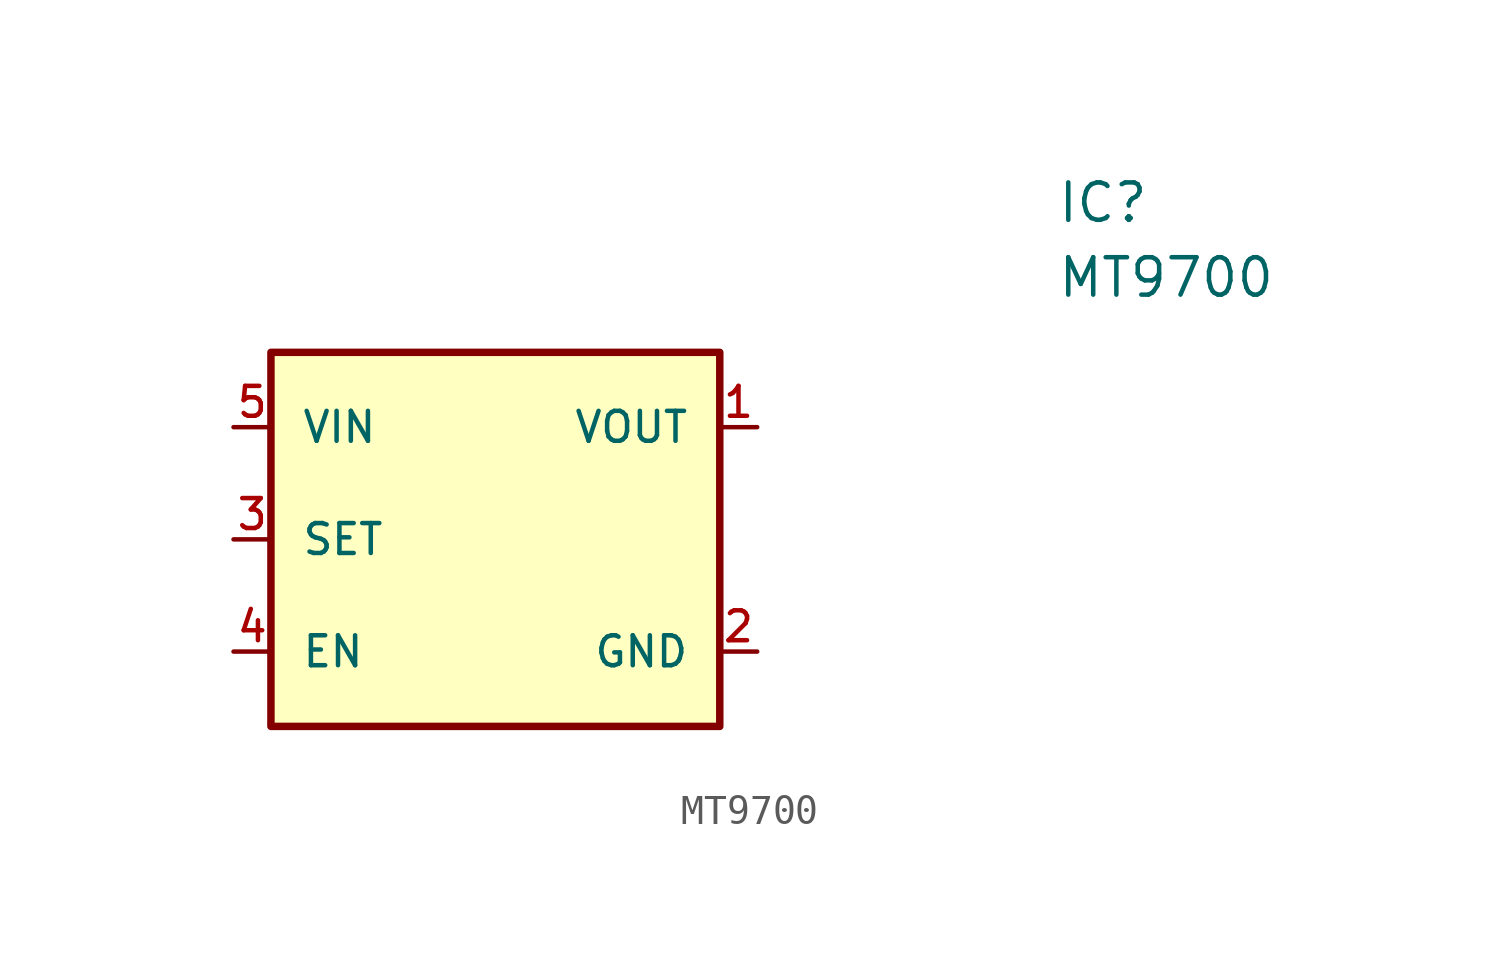
<source format=kicad_sym>
(kicad_symbol_lib
  (version 20231120)
  (generator "kicad_symbol_editor")
  (generator_version "8.0")
  (symbol "MT9700"
    (pin_names
      (offset 1.016))
    (property "Reference" "IC"
      (at 31.75 7.62 0)
      (effects (font (size 1.27 1.27)) (justify left)))
    (property "Value" "MT9700"
      (at 31.75 5.08 0)
      (effects (font (size 1.27 1.27)) (justify left)))
    (symbol "MT9700_0_0"
      (rectangle (start 5.08 2.54) (end 20.32 -10.16) (stroke (width 0.254) (type default)) (fill (type background))))
    (symbol "MT9700_1_0"
      (pin power_out line (at 21.59 0 180) (length 1.27) (name "VOUT" (effects (font (size 1.016 1.016)))) (number "1" (effects (font (size 1.016 1.016)))))
      (pin unspecified line (at 21.59 -7.62 180) (length 1.27) (name "GND" (effects (font (size 1.016 1.016)))) (number "2" (effects (font (size 1.016 1.016)))))
      (pin input line (at 3.81 -3.81 0) (length 1.27) (name "SET" (effects (font (size 1.016 1.016)))) (number "3" (effects (font (size 1.016 1.016)))))
      (pin input line (at 3.81 -7.62 0) (length 1.27) (name "EN" (effects (font (size 1.016 1.016)))) (number "4" (effects (font (size 1.016 1.016)))))
      (pin input line (at 3.81 0 0) (length 1.27) (name "VIN" (effects (font (size 1.016 1.016)))) (number "5" (effects (font (size 1.016 1.016))))))))
</source>
